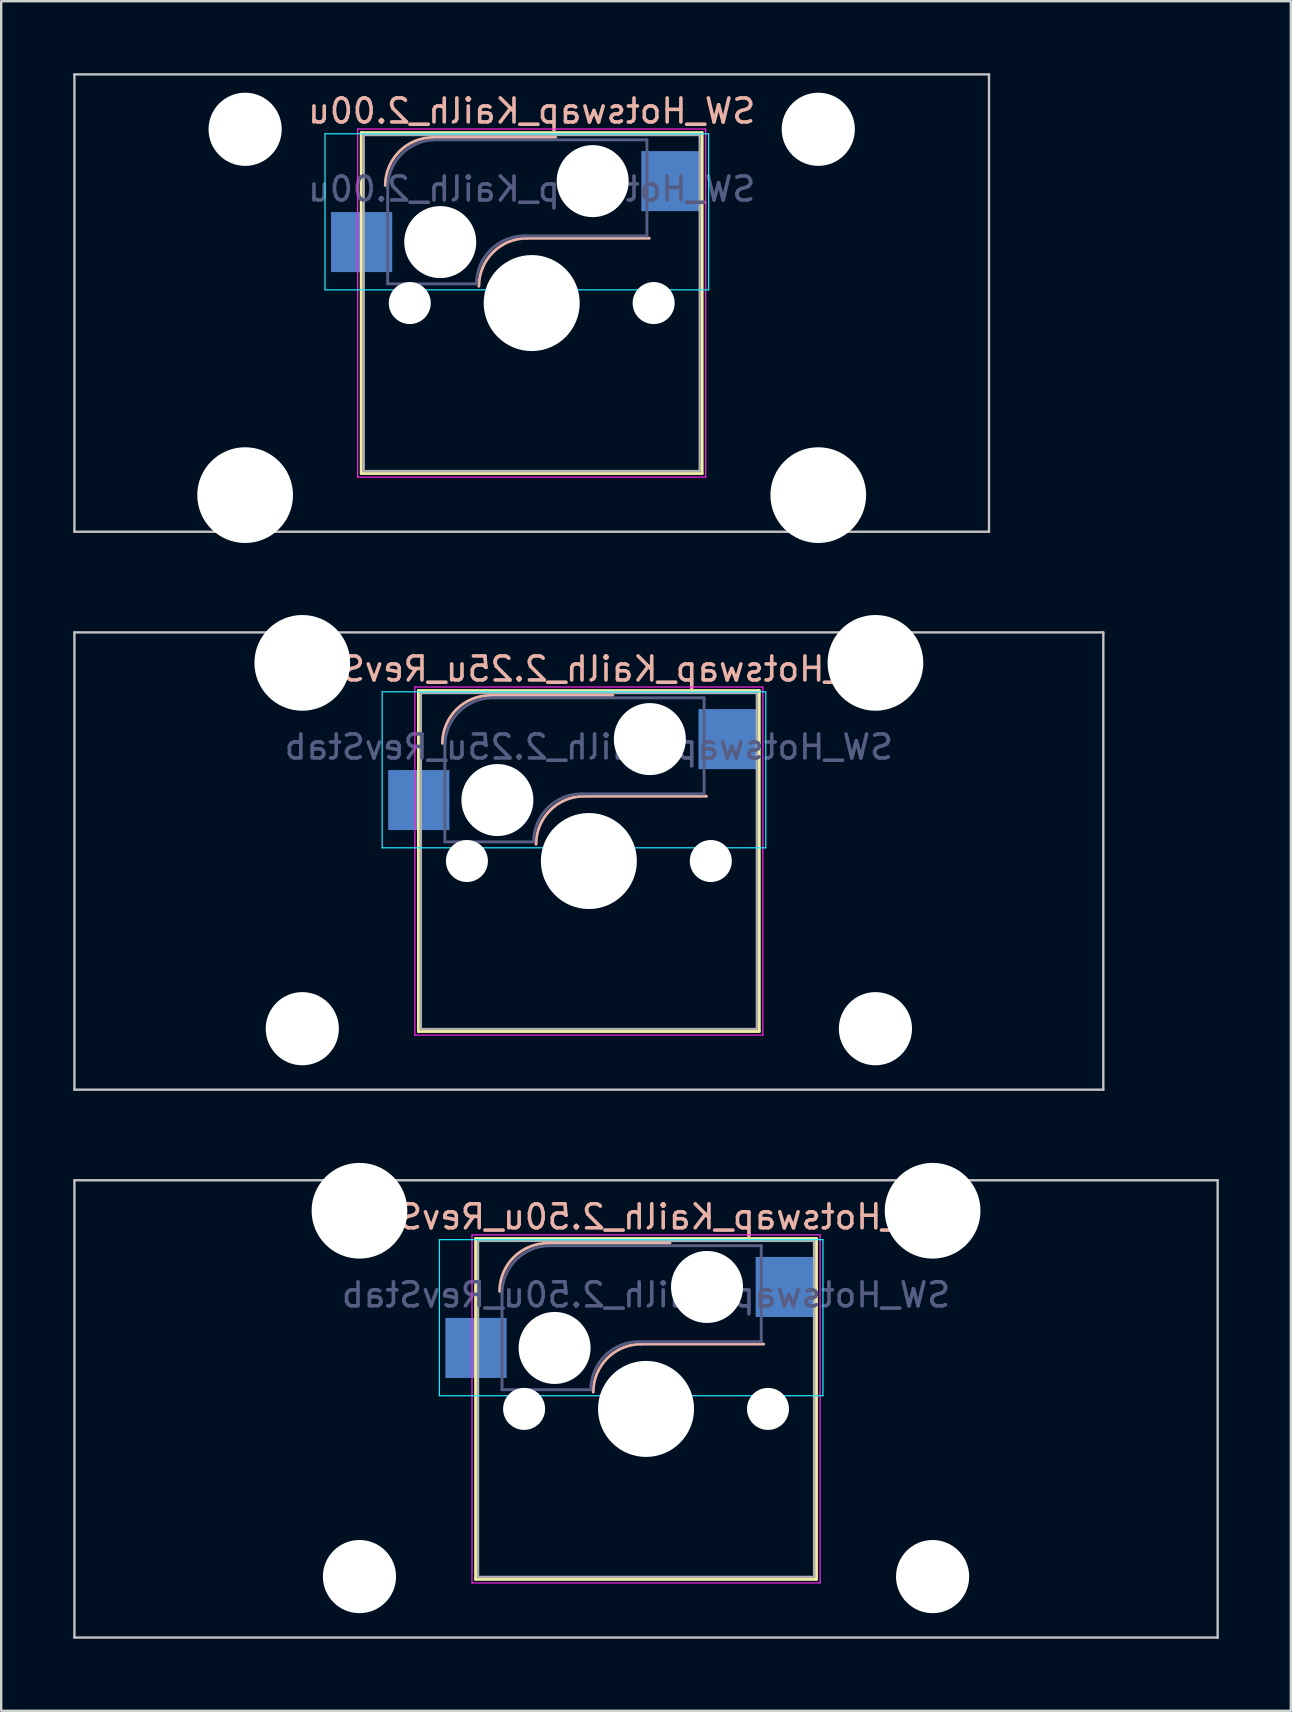
<source format=kicad_pcb>
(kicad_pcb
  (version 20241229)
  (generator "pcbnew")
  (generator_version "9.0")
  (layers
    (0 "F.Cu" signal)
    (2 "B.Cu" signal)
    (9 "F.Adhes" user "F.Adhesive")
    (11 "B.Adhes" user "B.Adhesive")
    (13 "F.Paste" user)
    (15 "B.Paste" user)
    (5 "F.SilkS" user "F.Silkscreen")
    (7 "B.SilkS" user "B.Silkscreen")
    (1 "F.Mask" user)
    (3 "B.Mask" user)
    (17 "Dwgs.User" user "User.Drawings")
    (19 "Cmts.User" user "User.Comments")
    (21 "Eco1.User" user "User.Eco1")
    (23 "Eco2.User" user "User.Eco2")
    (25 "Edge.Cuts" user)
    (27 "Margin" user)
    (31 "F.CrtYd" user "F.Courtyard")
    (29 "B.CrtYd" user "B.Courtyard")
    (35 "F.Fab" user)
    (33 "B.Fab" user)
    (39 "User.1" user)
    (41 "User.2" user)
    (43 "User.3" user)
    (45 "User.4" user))
  (footprint "SW_Hotswap_Kailh_2.00u"
    (layer "F.Cu")
    (at 19.1 9.575)
    (property "Reference" "SW_Hotswap_Kailh_2.00u" (at 0 -8 0) (layer "B.SilkS") (effects (font (size 1 1) (thickness 0.15)) (justify mirror)))
    (attr smd)
    (fp_line (start -7.1 -7.1) (end -7.1 7.1) (stroke (width 0.12) (type solid)) (layer "F.SilkS"))
    (fp_line (start -7.1 7.1) (end 7.1 7.1) (stroke (width 0.12) (type solid)) (layer "F.SilkS"))
    (fp_line (start 7.1 -7.1) (end -7.1 -7.1) (stroke (width 0.12) (type solid)) (layer "F.SilkS"))
    (fp_line (start 7.1 7.1) (end 7.1 -7.1) (stroke (width 0.12) (type solid)) (layer "F.SilkS"))
    (fp_line (start -4.1 -6.9) (end 1 -6.9) (stroke (width 0.12) (type solid)) (layer "B.SilkS"))
    (fp_line (start -0.2 -2.7) (end 4.9 -2.7) (stroke (width 0.12) (type solid)) (layer "B.SilkS"))
    (fp_arc (start -6.1 -4.9) (mid -5.514214 -6.314214) (end -4.1 -6.9) (stroke (width 0.12) (type solid)) (layer "B.SilkS"))
    (fp_arc (start -2.2 -0.7) (mid -1.614214 -2.114214) (end -0.2 -2.7) (stroke (width 0.12) (type solid)) (layer "B.SilkS"))
    (fp_line (start -19.05 -9.525) (end -19.05 9.525) (stroke (width 0.1) (type solid)) (layer "Dwgs.User"))
    (fp_line (start -19.05 9.525) (end 19.05 9.525) (stroke (width 0.1) (type solid)) (layer "Dwgs.User"))
    (fp_line (start 19.05 -9.525) (end -19.05 -9.525) (stroke (width 0.1) (type solid)) (layer "Dwgs.User"))
    (fp_line (start 19.05 9.525) (end 19.05 -9.525) (stroke (width 0.1) (type solid)) (layer "Dwgs.User"))
    (fp_line (start -8.61 -7.05) (end -8.61 -0.55) (stroke (width 0.05) (type solid)) (layer "B.CrtYd"))
    (fp_line (start -8.61 -0.55) (end 7.37 -0.55) (stroke (width 0.05) (type solid)) (layer "B.CrtYd"))
    (fp_line (start 7.37 -7.05) (end -8.61 -7.05) (stroke (width 0.05) (type solid)) (layer "B.CrtYd"))
    (fp_line (start 7.37 -0.55) (end 7.37 -7.05) (stroke (width 0.05) (type solid)) (layer "B.CrtYd"))
    (fp_line (start -7.25 -7.25) (end -7.25 7.25) (stroke (width 0.05) (type solid)) (layer "F.CrtYd"))
    (fp_line (start -7.25 7.25) (end 7.25 7.25) (stroke (width 0.05) (type solid)) (layer "F.CrtYd"))
    (fp_line (start 7.25 -7.25) (end -7.25 -7.25) (stroke (width 0.05) (type solid)) (layer "F.CrtYd"))
    (fp_line (start 7.25 7.25) (end 7.25 -7.25) (stroke (width 0.05) (type solid)) (layer "F.CrtYd"))
    (fp_line (start -6 -0.8) (end -6 -4.8) (stroke (width 0.12) (type solid)) (layer "B.Fab"))
    (fp_line (start -6 -0.8) (end -2.3 -0.8) (stroke (width 0.12) (type solid)) (layer "B.Fab"))
    (fp_line (start -4 -6.8) (end 4.8 -6.8) (stroke (width 0.12) (type solid)) (layer "B.Fab"))
    (fp_line (start -0.3 -2.8) (end 4.8 -2.8) (stroke (width 0.12) (type solid)) (layer "B.Fab"))
    (fp_line (start 4.8 -6.8) (end 4.8 -2.8) (stroke (width 0.12) (type solid)) (layer "B.Fab"))
    (fp_arc (start -6 -4.8) (mid -5.414214 -6.214214) (end -4 -6.8) (stroke (width 0.12) (type solid)) (layer "B.Fab"))
    (fp_arc (start -2.3 -0.8) (mid -1.714214 -2.214214) (end -0.3 -2.8) (stroke (width 0.12) (type solid)) (layer "B.Fab"))
    (fp_line (start -7 -7) (end -7 7) (stroke (width 0.1) (type solid)) (layer "F.Fab"))
    (fp_line (start -7 7) (end 7 7) (stroke (width 0.1) (type solid)) (layer "F.Fab"))
    (fp_line (start 7 -7) (end -7 -7) (stroke (width 0.1) (type solid)) (layer "F.Fab"))
    (fp_line (start 7 7) (end 7 -7) (stroke (width 0.1) (type solid)) (layer "F.Fab"))
    (fp_text user "${REFERENCE}" (at 0 -4.75 0) (layer "B.Fab") (effects (font (size 1 1) (thickness 0.15)) (justify mirror)))
    (pad "" np_thru_hole circle (at -11.938 -7.239 180) (size 3.048 3.048) (drill 3.048) (layers "*.Cu" "*.Mask"))
    (pad "" np_thru_hole circle (at -11.938 8.001 180) (size 3.988 3.988) (drill 3.988) (layers "*.Cu" "*.Mask"))
    (pad "" np_thru_hole circle (at -5.08 0) (size 1.75 1.75) (drill 1.75) (layers "*.Cu" "*.Mask"))
    (pad "" np_thru_hole circle (at -3.81 -2.54) (size 3 3) (drill 3) (layers "*.Cu" "*.Mask"))
    (pad "" np_thru_hole circle (at 0 0) (size 4 4) (drill 4) (layers "*.Cu" "*.Mask"))
    (pad "" np_thru_hole circle (at 2.54 -5.08) (size 3 3) (drill 3) (layers "*.Cu" "*.Mask"))
    (pad "" np_thru_hole circle (at 5.08 0) (size 1.75 1.75) (drill 1.75) (layers "*.Cu" "*.Mask"))
    (pad "" np_thru_hole circle (at 11.938 -7.239 180) (size 3.048 3.048) (drill 3.048) (layers "*.Cu" "*.Mask"))
    (pad "" np_thru_hole circle (at 11.938 8.001 180) (size 3.988 3.988) (drill 3.988) (layers "*.Cu" "*.Mask"))
    (pad "1" smd rect (at 5.842 -5.08) (size 2.55 2.5) (layers "B.Cu" "B.Mask" "B.Paste"))
    (pad "2" smd rect (at -7.085 -2.54) (size 2.55 2.5) (layers "B.Cu" "B.Mask" "B.Paste")))
  (footprint "SW_Hotswap_Kailh_2.50u_RevStab"
    (layer "F.Cu")
    (at 23.863 55.643)
    (property "Reference" "SW_Hotswap_Kailh_2.50u_RevStab" (at 0 -8 0) (layer "B.SilkS") (effects (font (size 1 1) (thickness 0.15)) (justify mirror)))
    (attr smd)
    (fp_line (start -7.1 -7.1) (end -7.1 7.1) (stroke (width 0.12) (type solid)) (layer "F.SilkS"))
    (fp_line (start -7.1 7.1) (end 7.1 7.1) (stroke (width 0.12) (type solid)) (layer "F.SilkS"))
    (fp_line (start 7.1 -7.1) (end -7.1 -7.1) (stroke (width 0.12) (type solid)) (layer "F.SilkS"))
    (fp_line (start 7.1 7.1) (end 7.1 -7.1) (stroke (width 0.12) (type solid)) (layer "F.SilkS"))
    (fp_line (start -4.1 -6.9) (end 1 -6.9) (stroke (width 0.12) (type solid)) (layer "B.SilkS"))
    (fp_line (start -0.2 -2.7) (end 4.9 -2.7) (stroke (width 0.12) (type solid)) (layer "B.SilkS"))
    (fp_arc (start -6.1 -4.9) (mid -5.514214 -6.314214) (end -4.1 -6.9) (stroke (width 0.12) (type solid)) (layer "B.SilkS"))
    (fp_arc (start -2.2 -0.7) (mid -1.614214 -2.114214) (end -0.2 -2.7) (stroke (width 0.12) (type solid)) (layer "B.SilkS"))
    (fp_line (start -23.812 -9.525) (end -23.812 9.525) (stroke (width 0.1) (type solid)) (layer "Dwgs.User"))
    (fp_line (start -23.812 9.525) (end 23.812 9.525) (stroke (width 0.1) (type solid)) (layer "Dwgs.User"))
    (fp_line (start 23.812 -9.525) (end -23.812 -9.525) (stroke (width 0.1) (type solid)) (layer "Dwgs.User"))
    (fp_line (start 23.812 9.525) (end 23.812 -9.525) (stroke (width 0.1) (type solid)) (layer "Dwgs.User"))
    (fp_line (start -8.61 -7.05) (end -8.61 -0.55) (stroke (width 0.05) (type solid)) (layer "B.CrtYd"))
    (fp_line (start -8.61 -0.55) (end 7.37 -0.55) (stroke (width 0.05) (type solid)) (layer "B.CrtYd"))
    (fp_line (start 7.37 -7.05) (end -8.61 -7.05) (stroke (width 0.05) (type solid)) (layer "B.CrtYd"))
    (fp_line (start 7.37 -0.55) (end 7.37 -7.05) (stroke (width 0.05) (type solid)) (layer "B.CrtYd"))
    (fp_line (start -7.25 -7.25) (end -7.25 7.25) (stroke (width 0.05) (type solid)) (layer "F.CrtYd"))
    (fp_line (start -7.25 7.25) (end 7.25 7.25) (stroke (width 0.05) (type solid)) (layer "F.CrtYd"))
    (fp_line (start 7.25 -7.25) (end -7.25 -7.25) (stroke (width 0.05) (type solid)) (layer "F.CrtYd"))
    (fp_line (start 7.25 7.25) (end 7.25 -7.25) (stroke (width 0.05) (type solid)) (layer "F.CrtYd"))
    (fp_line (start -6 -0.8) (end -6 -4.8) (stroke (width 0.12) (type solid)) (layer "B.Fab"))
    (fp_line (start -6 -0.8) (end -2.3 -0.8) (stroke (width 0.12) (type solid)) (layer "B.Fab"))
    (fp_line (start -4 -6.8) (end 4.8 -6.8) (stroke (width 0.12) (type solid)) (layer "B.Fab"))
    (fp_line (start -0.3 -2.8) (end 4.8 -2.8) (stroke (width 0.12) (type solid)) (layer "B.Fab"))
    (fp_line (start 4.8 -6.8) (end 4.8 -2.8) (stroke (width 0.12) (type solid)) (layer "B.Fab"))
    (fp_arc (start -6 -4.8) (mid -5.414214 -6.214214) (end -4 -6.8) (stroke (width 0.12) (type solid)) (layer "B.Fab"))
    (fp_arc (start -2.3 -0.8) (mid -1.714214 -2.214214) (end -0.3 -2.8) (stroke (width 0.12) (type solid)) (layer "B.Fab"))
    (fp_line (start -7 -7) (end -7 7) (stroke (width 0.1) (type solid)) (layer "F.Fab"))
    (fp_line (start -7 7) (end 7 7) (stroke (width 0.1) (type solid)) (layer "F.Fab"))
    (fp_line (start 7 -7) (end -7 -7) (stroke (width 0.1) (type solid)) (layer "F.Fab"))
    (fp_line (start 7 7) (end 7 -7) (stroke (width 0.1) (type solid)) (layer "F.Fab"))
    (fp_text user "${REFERENCE}" (at 0 -4.75 0) (layer "B.Fab") (effects (font (size 1 1) (thickness 0.15)) (justify mirror)))
    (pad "" np_thru_hole circle (at -11.938 -8.255) (size 3.988 3.988) (drill 3.988) (layers "*.Cu" "*.Mask"))
    (pad "" np_thru_hole circle (at -11.938 6.985) (size 3.048 3.048) (drill 3.048) (layers "*.Cu" "*.Mask"))
    (pad "" np_thru_hole circle (at -5.08 0) (size 1.75 1.75) (drill 1.75) (layers "*.Cu" "*.Mask"))
    (pad "" np_thru_hole circle (at -3.81 -2.54) (size 3 3) (drill 3) (layers "*.Cu" "*.Mask"))
    (pad "" np_thru_hole circle (at 0 0) (size 4 4) (drill 4) (layers "*.Cu" "*.Mask"))
    (pad "" np_thru_hole circle (at 2.54 -5.08) (size 3 3) (drill 3) (layers "*.Cu" "*.Mask"))
    (pad "" np_thru_hole circle (at 5.08 0) (size 1.75 1.75) (drill 1.75) (layers "*.Cu" "*.Mask"))
    (pad "" np_thru_hole circle (at 11.938 -8.255) (size 3.988 3.988) (drill 3.988) (layers "*.Cu" "*.Mask"))
    (pad "" np_thru_hole circle (at 11.938 6.985) (size 3.048 3.048) (drill 3.048) (layers "*.Cu" "*.Mask"))
    (pad "1" smd rect (at 5.842 -5.08) (size 2.55 2.5) (layers "B.Cu" "B.Mask" "B.Paste"))
    (pad "2" smd rect (at -7.085 -2.54) (size 2.55 2.5) (layers "B.Cu" "B.Mask" "B.Paste")))
  (footprint "SW_Hotswap_Kailh_2.25u_RevStab"
    (layer "F.Cu")
    (at 21.481 32.819)
    (property "Reference" "SW_Hotswap_Kailh_2.25u_RevStab" (at 0 -8 0) (layer "B.SilkS") (effects (font (size 1 1) (thickness 0.15)) (justify mirror)))
    (attr smd)
    (fp_line (start -7.1 -7.1) (end -7.1 7.1) (stroke (width 0.12) (type solid)) (layer "F.SilkS"))
    (fp_line (start -7.1 7.1) (end 7.1 7.1) (stroke (width 0.12) (type solid)) (layer "F.SilkS"))
    (fp_line (start 7.1 -7.1) (end -7.1 -7.1) (stroke (width 0.12) (type solid)) (layer "F.SilkS"))
    (fp_line (start 7.1 7.1) (end 7.1 -7.1) (stroke (width 0.12) (type solid)) (layer "F.SilkS"))
    (fp_line (start -4.1 -6.9) (end 1 -6.9) (stroke (width 0.12) (type solid)) (layer "B.SilkS"))
    (fp_line (start -0.2 -2.7) (end 4.9 -2.7) (stroke (width 0.12) (type solid)) (layer "B.SilkS"))
    (fp_arc (start -6.1 -4.9) (mid -5.514214 -6.314214) (end -4.1 -6.9) (stroke (width 0.12) (type solid)) (layer "B.SilkS"))
    (fp_arc (start -2.2 -0.7) (mid -1.614214 -2.114214) (end -0.2 -2.7) (stroke (width 0.12) (type solid)) (layer "B.SilkS"))
    (fp_line (start -21.431 -9.525) (end -21.431 9.525) (stroke (width 0.1) (type solid)) (layer "Dwgs.User"))
    (fp_line (start -21.431 9.525) (end 21.431 9.525) (stroke (width 0.1) (type solid)) (layer "Dwgs.User"))
    (fp_line (start 21.431 -9.525) (end -21.431 -9.525) (stroke (width 0.1) (type solid)) (layer "Dwgs.User"))
    (fp_line (start 21.431 9.525) (end 21.431 -9.525) (stroke (width 0.1) (type solid)) (layer "Dwgs.User"))
    (fp_line (start -8.61 -7.05) (end -8.61 -0.55) (stroke (width 0.05) (type solid)) (layer "B.CrtYd"))
    (fp_line (start -8.61 -0.55) (end 7.37 -0.55) (stroke (width 0.05) (type solid)) (layer "B.CrtYd"))
    (fp_line (start 7.37 -7.05) (end -8.61 -7.05) (stroke (width 0.05) (type solid)) (layer "B.CrtYd"))
    (fp_line (start 7.37 -0.55) (end 7.37 -7.05) (stroke (width 0.05) (type solid)) (layer "B.CrtYd"))
    (fp_line (start -7.25 -7.25) (end -7.25 7.25) (stroke (width 0.05) (type solid)) (layer "F.CrtYd"))
    (fp_line (start -7.25 7.25) (end 7.25 7.25) (stroke (width 0.05) (type solid)) (layer "F.CrtYd"))
    (fp_line (start 7.25 -7.25) (end -7.25 -7.25) (stroke (width 0.05) (type solid)) (layer "F.CrtYd"))
    (fp_line (start 7.25 7.25) (end 7.25 -7.25) (stroke (width 0.05) (type solid)) (layer "F.CrtYd"))
    (fp_line (start -6 -0.8) (end -6 -4.8) (stroke (width 0.12) (type solid)) (layer "B.Fab"))
    (fp_line (start -6 -0.8) (end -2.3 -0.8) (stroke (width 0.12) (type solid)) (layer "B.Fab"))
    (fp_line (start -4 -6.8) (end 4.8 -6.8) (stroke (width 0.12) (type solid)) (layer "B.Fab"))
    (fp_line (start -0.3 -2.8) (end 4.8 -2.8) (stroke (width 0.12) (type solid)) (layer "B.Fab"))
    (fp_line (start 4.8 -6.8) (end 4.8 -2.8) (stroke (width 0.12) (type solid)) (layer "B.Fab"))
    (fp_arc (start -6 -4.8) (mid -5.414214 -6.214214) (end -4 -6.8) (stroke (width 0.12) (type solid)) (layer "B.Fab"))
    (fp_arc (start -2.3 -0.8) (mid -1.714214 -2.214214) (end -0.3 -2.8) (stroke (width 0.12) (type solid)) (layer "B.Fab"))
    (fp_line (start -7 -7) (end -7 7) (stroke (width 0.1) (type solid)) (layer "F.Fab"))
    (fp_line (start -7 7) (end 7 7) (stroke (width 0.1) (type solid)) (layer "F.Fab"))
    (fp_line (start 7 -7) (end -7 -7) (stroke (width 0.1) (type solid)) (layer "F.Fab"))
    (fp_line (start 7 7) (end 7 -7) (stroke (width 0.1) (type solid)) (layer "F.Fab"))
    (fp_text user "${REFERENCE}" (at 0 -4.75 0) (layer "B.Fab") (effects (font (size 1 1) (thickness 0.15)) (justify mirror)))
    (pad "" np_thru_hole circle (at -11.938 -8.255) (size 3.988 3.988) (drill 3.988) (layers "*.Cu" "*.Mask"))
    (pad "" np_thru_hole circle (at -11.938 6.985) (size 3.048 3.048) (drill 3.048) (layers "*.Cu" "*.Mask"))
    (pad "" np_thru_hole circle (at -5.08 0) (size 1.75 1.75) (drill 1.75) (layers "*.Cu" "*.Mask"))
    (pad "" np_thru_hole circle (at -3.81 -2.54) (size 3 3) (drill 3) (layers "*.Cu" "*.Mask"))
    (pad "" np_thru_hole circle (at 0 0) (size 4 4) (drill 4) (layers "*.Cu" "*.Mask"))
    (pad "" np_thru_hole circle (at 2.54 -5.08) (size 3 3) (drill 3) (layers "*.Cu" "*.Mask"))
    (pad "" np_thru_hole circle (at 5.08 0) (size 1.75 1.75) (drill 1.75) (layers "*.Cu" "*.Mask"))
    (pad "" np_thru_hole circle (at 11.938 -8.255) (size 3.988 3.988) (drill 3.988) (layers "*.Cu" "*.Mask"))
    (pad "" np_thru_hole circle (at 11.938 6.985) (size 3.048 3.048) (drill 3.048) (layers "*.Cu" "*.Mask"))
    (pad "1" smd rect (at 5.842 -5.08) (size 2.55 2.5) (layers "B.Cu" "B.Mask" "B.Paste"))
    (pad "2" smd rect (at -7.085 -2.54) (size 2.55 2.5) (layers "B.Cu" "B.Mask" "B.Paste")))
  (gr_rect
    (start -3 -3)
    (end 50.725 68.218)
    (stroke (width 0.1) (type default))
    (fill no)
    (layer "Edge.Cuts")))
</source>
